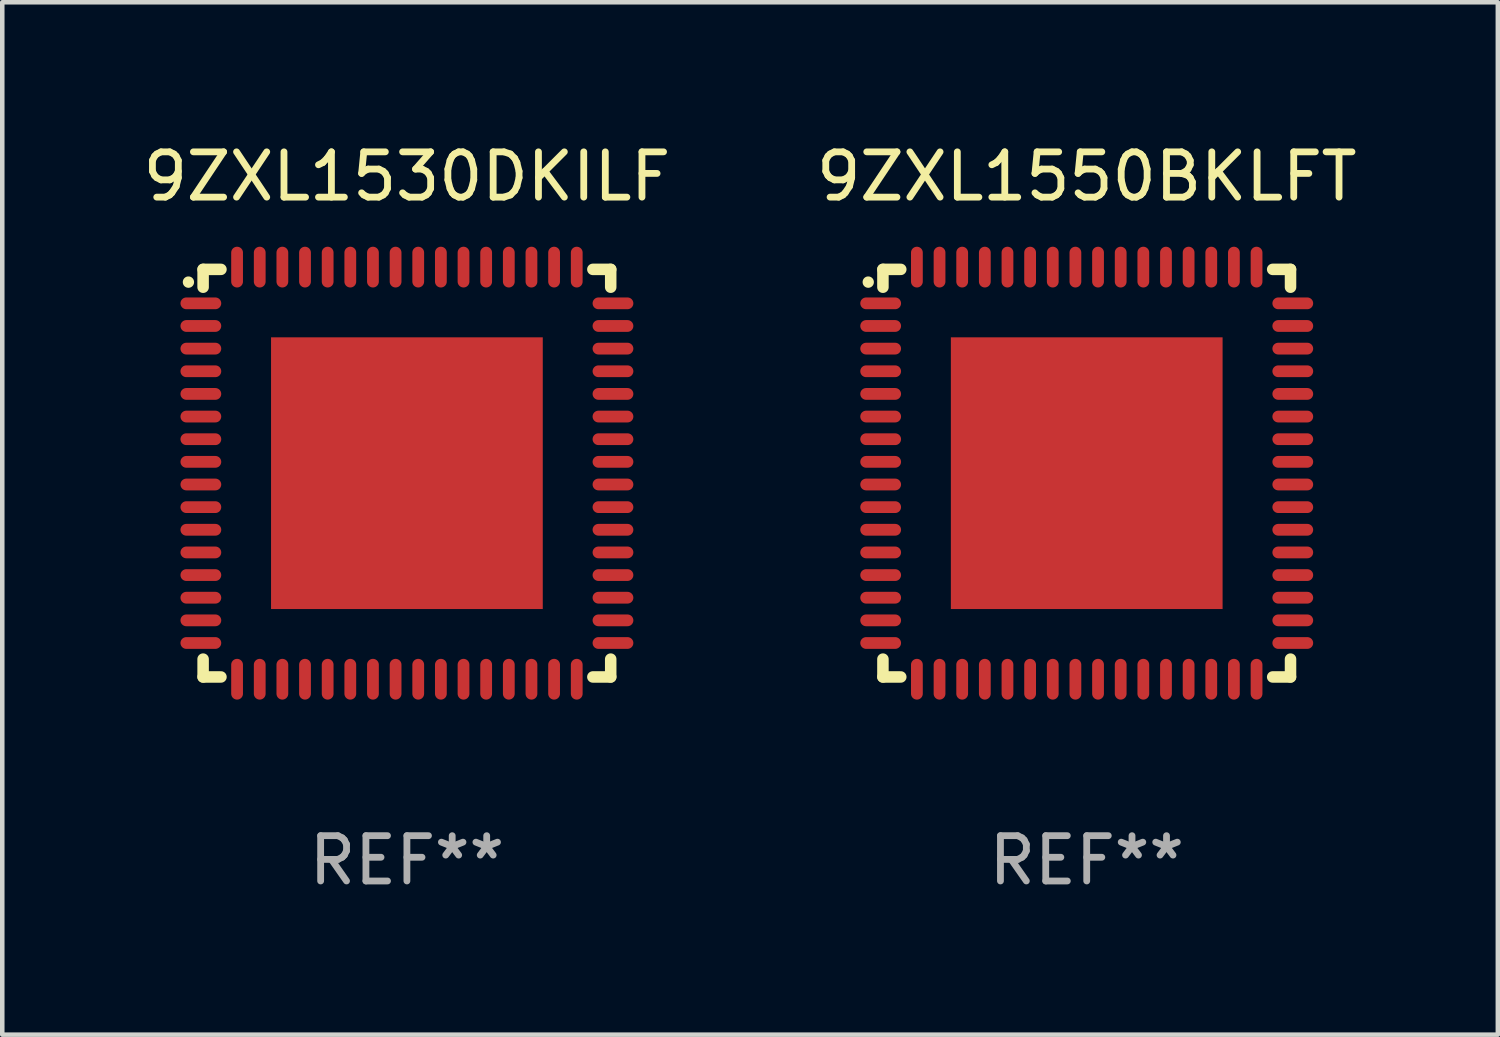
<source format=kicad_pcb>
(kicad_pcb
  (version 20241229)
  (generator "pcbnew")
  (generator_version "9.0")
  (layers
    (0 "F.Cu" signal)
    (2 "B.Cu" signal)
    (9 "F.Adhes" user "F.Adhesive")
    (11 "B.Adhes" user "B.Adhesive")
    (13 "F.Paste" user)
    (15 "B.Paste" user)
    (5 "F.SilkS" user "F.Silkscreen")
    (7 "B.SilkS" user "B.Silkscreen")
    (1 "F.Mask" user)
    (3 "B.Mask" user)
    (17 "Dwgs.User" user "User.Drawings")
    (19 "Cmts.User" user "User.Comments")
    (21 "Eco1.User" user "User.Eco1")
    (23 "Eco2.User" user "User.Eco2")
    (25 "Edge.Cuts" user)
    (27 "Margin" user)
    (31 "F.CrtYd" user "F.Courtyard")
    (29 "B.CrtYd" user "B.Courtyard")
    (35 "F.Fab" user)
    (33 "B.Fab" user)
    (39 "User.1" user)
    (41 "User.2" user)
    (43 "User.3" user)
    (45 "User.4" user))
  (footprint "9ZXL1530DKILF"
    (layer "F.Cu")
    (at 5.935 7.398)
    (property "Reference" "9ZXL1530DKILF" (at 0 -6.55 0) (layer "F.SilkS") (effects (font (size 1 1) (thickness 0.15))))
    (attr through_hole)
    (fp_line (start -4.5 -4.5) (end -4.106 -4.5) (stroke (width 0.254) (type solid)) (layer "F.SilkS"))
    (fp_line (start -4.5 -4.106) (end -4.5 -4.5) (stroke (width 0.254) (type solid)) (layer "F.SilkS"))
    (fp_line (start -4.5 4.5) (end -4.5 4.106) (stroke (width 0.254) (type solid)) (layer "F.SilkS"))
    (fp_line (start -4.106 4.5) (end -4.5 4.5) (stroke (width 0.254) (type solid)) (layer "F.SilkS"))
    (fp_line (start 4.106 -4.5) (end 4.5 -4.5) (stroke (width 0.254) (type solid)) (layer "F.SilkS"))
    (fp_line (start 4.5 -4.5) (end 4.5 -4.106) (stroke (width 0.254) (type solid)) (layer "F.SilkS"))
    (fp_line (start 4.5 4.106) (end 4.5 4.5) (stroke (width 0.254) (type solid)) (layer "F.SilkS"))
    (fp_line (start 4.5 4.5) (end 4.106 4.5) (stroke (width 0.254) (type solid)) (layer "F.SilkS"))
    (fp_arc (start -4.824308 -4.217501) (mid -4.824314 -4.218771) (end -4.824308 -4.220041) (stroke (width 0.24892) (type solid)) (layer "F.SilkS"))
    (fp_text user "REF**" (at 0 8.55 0) (layer "F.Fab") (effects (font (size 1 1) (thickness 0.15))))
    (pad "1" smd oval (at -4.55 -3.75) (size 0.9 0.26) (layers "F.Cu" "F.Mask" "F.Paste"))
    (pad "2" smd oval (at -4.55 -3.25) (size 0.9 0.26) (layers "F.Cu" "F.Mask" "F.Paste"))
    (pad "3" smd oval (at -4.55 -2.75) (size 0.9 0.26) (layers "F.Cu" "F.Mask" "F.Paste"))
    (pad "4" smd oval (at -4.55 -2.25) (size 0.9 0.26) (layers "F.Cu" "F.Mask" "F.Paste"))
    (pad "5" smd oval (at -4.55 -1.75) (size 0.9 0.26) (layers "F.Cu" "F.Mask" "F.Paste"))
    (pad "6" smd oval (at -4.55 -1.25) (size 0.9 0.26) (layers "F.Cu" "F.Mask" "F.Paste"))
    (pad "7" smd oval (at -4.55 -0.75) (size 0.9 0.26) (layers "F.Cu" "F.Mask" "F.Paste"))
    (pad "8" smd oval (at -4.55 -0.25) (size 0.9 0.26) (layers "F.Cu" "F.Mask" "F.Paste"))
    (pad "9" smd oval (at -4.55 0.25) (size 0.9 0.26) (layers "F.Cu" "F.Mask" "F.Paste"))
    (pad "10" smd oval (at -4.55 0.75) (size 0.9 0.26) (layers "F.Cu" "F.Mask" "F.Paste"))
    (pad "11" smd oval (at -4.55 1.25) (size 0.9 0.26) (layers "F.Cu" "F.Mask" "F.Paste"))
    (pad "12" smd oval (at -4.55 1.75) (size 0.9 0.26) (layers "F.Cu" "F.Mask" "F.Paste"))
    (pad "13" smd oval (at -4.55 2.25) (size 0.9 0.26) (layers "F.Cu" "F.Mask" "F.Paste"))
    (pad "14" smd oval (at -4.55 2.75) (size 0.9 0.26) (layers "F.Cu" "F.Mask" "F.Paste"))
    (pad "15" smd oval (at -4.55 3.25) (size 0.9 0.26) (layers "F.Cu" "F.Mask" "F.Paste"))
    (pad "16" smd oval (at -4.55 3.75) (size 0.9 0.26) (layers "F.Cu" "F.Mask" "F.Paste"))
    (pad "17" smd oval (at -3.75 4.55) (size 0.26 0.9) (layers "F.Cu" "F.Mask" "F.Paste"))
    (pad "18" smd oval (at -3.25 4.55) (size 0.26 0.9) (layers "F.Cu" "F.Mask" "F.Paste"))
    (pad "19" smd oval (at -2.75 4.55) (size 0.26 0.9) (layers "F.Cu" "F.Mask" "F.Paste"))
    (pad "20" smd oval (at -2.25 4.55) (size 0.26 0.9) (layers "F.Cu" "F.Mask" "F.Paste"))
    (pad "21" smd oval (at -1.75 4.55) (size 0.26 0.9) (layers "F.Cu" "F.Mask" "F.Paste"))
    (pad "22" smd oval (at -1.25 4.55) (size 0.26 0.9) (layers "F.Cu" "F.Mask" "F.Paste"))
    (pad "23" smd oval (at -0.75 4.55) (size 0.26 0.9) (layers "F.Cu" "F.Mask" "F.Paste"))
    (pad "24" smd oval (at -0.25 4.55) (size 0.26 0.9) (layers "F.Cu" "F.Mask" "F.Paste"))
    (pad "25" smd oval (at 0.25 4.55) (size 0.26 0.9) (layers "F.Cu" "F.Mask" "F.Paste"))
    (pad "26" smd oval (at 0.75 4.55) (size 0.26 0.9) (layers "F.Cu" "F.Mask" "F.Paste"))
    (pad "27" smd oval (at 1.25 4.55) (size 0.26 0.9) (layers "F.Cu" "F.Mask" "F.Paste"))
    (pad "28" smd oval (at 1.75 4.55) (size 0.26 0.9) (layers "F.Cu" "F.Mask" "F.Paste"))
    (pad "29" smd oval (at 2.25 4.55) (size 0.26 0.9) (layers "F.Cu" "F.Mask" "F.Paste"))
    (pad "30" smd oval (at 2.75 4.55) (size 0.26 0.9) (layers "F.Cu" "F.Mask" "F.Paste"))
    (pad "31" smd oval (at 3.25 4.55) (size 0.26 0.9) (layers "F.Cu" "F.Mask" "F.Paste"))
    (pad "32" smd oval (at 3.75 4.55) (size 0.26 0.9) (layers "F.Cu" "F.Mask" "F.Paste"))
    (pad "33" smd oval (at 4.55 3.75) (size 0.9 0.26) (layers "F.Cu" "F.Mask" "F.Paste"))
    (pad "34" smd oval (at 4.55 3.25) (size 0.9 0.26) (layers "F.Cu" "F.Mask" "F.Paste"))
    (pad "35" smd oval (at 4.55 2.75) (size 0.9 0.26) (layers "F.Cu" "F.Mask" "F.Paste"))
    (pad "36" smd oval (at 4.55 2.25) (size 0.9 0.26) (layers "F.Cu" "F.Mask" "F.Paste"))
    (pad "37" smd oval (at 4.55 1.75) (size 0.9 0.26) (layers "F.Cu" "F.Mask" "F.Paste"))
    (pad "38" smd oval (at 4.55 1.25) (size 0.9 0.26) (layers "F.Cu" "F.Mask" "F.Paste"))
    (pad "39" smd oval (at 4.55 0.75) (size 0.9 0.26) (layers "F.Cu" "F.Mask" "F.Paste"))
    (pad "40" smd oval (at 4.55 0.25) (size 0.9 0.26) (layers "F.Cu" "F.Mask" "F.Paste"))
    (pad "41" smd oval (at 4.55 -0.25) (size 0.9 0.26) (layers "F.Cu" "F.Mask" "F.Paste"))
    (pad "42" smd oval (at 4.55 -0.75) (size 0.9 0.26) (layers "F.Cu" "F.Mask" "F.Paste"))
    (pad "43" smd oval (at 4.55 -1.25) (size 0.9 0.26) (layers "F.Cu" "F.Mask" "F.Paste"))
    (pad "44" smd oval (at 4.55 -1.75) (size 0.9 0.26) (layers "F.Cu" "F.Mask" "F.Paste"))
    (pad "45" smd oval (at 4.55 -2.25) (size 0.9 0.26) (layers "F.Cu" "F.Mask" "F.Paste"))
    (pad "46" smd oval (at 4.55 -2.75) (size 0.9 0.26) (layers "F.Cu" "F.Mask" "F.Paste"))
    (pad "47" smd oval (at 4.55 -3.25) (size 0.9 0.26) (layers "F.Cu" "F.Mask" "F.Paste"))
    (pad "48" smd oval (at 4.55 -3.75) (size 0.9 0.26) (layers "F.Cu" "F.Mask" "F.Paste"))
    (pad "49" smd oval (at 3.75 -4.55) (size 0.26 0.9) (layers "F.Cu" "F.Mask" "F.Paste"))
    (pad "50" smd oval (at 3.25 -4.55) (size 0.26 0.9) (layers "F.Cu" "F.Mask" "F.Paste"))
    (pad "51" smd oval (at 2.75 -4.55) (size 0.26 0.9) (layers "F.Cu" "F.Mask" "F.Paste"))
    (pad "52" smd oval (at 2.25 -4.55) (size 0.26 0.9) (layers "F.Cu" "F.Mask" "F.Paste"))
    (pad "53" smd oval (at 1.75 -4.55) (size 0.26 0.9) (layers "F.Cu" "F.Mask" "F.Paste"))
    (pad "54" smd oval (at 1.25 -4.55) (size 0.26 0.9) (layers "F.Cu" "F.Mask" "F.Paste"))
    (pad "55" smd oval (at 0.75 -4.55) (size 0.26 0.9) (layers "F.Cu" "F.Mask" "F.Paste"))
    (pad "56" smd oval (at 0.25 -4.55) (size 0.26 0.9) (layers "F.Cu" "F.Mask" "F.Paste"))
    (pad "57" smd oval (at -0.25 -4.55) (size 0.26 0.9) (layers "F.Cu" "F.Mask" "F.Paste"))
    (pad "58" smd oval (at -0.75 -4.55) (size 0.26 0.9) (layers "F.Cu" "F.Mask" "F.Paste"))
    (pad "59" smd oval (at -1.25 -4.55) (size 0.26 0.9) (layers "F.Cu" "F.Mask" "F.Paste"))
    (pad "60" smd oval (at -1.75 -4.55) (size 0.26 0.9) (layers "F.Cu" "F.Mask" "F.Paste"))
    (pad "61" smd oval (at -2.25 -4.55) (size 0.26 0.9) (layers "F.Cu" "F.Mask" "F.Paste"))
    (pad "62" smd oval (at -2.75 -4.55) (size 0.26 0.9) (layers "F.Cu" "F.Mask" "F.Paste"))
    (pad "63" smd oval (at -3.25 -4.55) (size 0.26 0.9) (layers "F.Cu" "F.Mask" "F.Paste"))
    (pad "64" smd oval (at -3.75 -4.55) (size 0.26 0.9) (layers "F.Cu" "F.Mask" "F.Paste"))
    (pad "65" smd rect (at 0 0.000381) (size 6 6) (layers "F.Cu" "F.Mask" "F.Paste")))
  (footprint "9ZXL1550BKLFT"
    (layer "F.Cu")
    (at 20.946 7.398)
    (property "Reference" "9ZXL1550BKLFT" (at 0 -6.55 0) (layer "F.SilkS") (effects (font (size 1 1) (thickness 0.15))))
    (attr through_hole)
    (fp_line (start -4.5 -4.5) (end -4.106 -4.5) (stroke (width 0.254) (type solid)) (layer "F.SilkS"))
    (fp_line (start -4.5 -4.106) (end -4.5 -4.5) (stroke (width 0.254) (type solid)) (layer "F.SilkS"))
    (fp_line (start -4.5 4.5) (end -4.5 4.106) (stroke (width 0.254) (type solid)) (layer "F.SilkS"))
    (fp_line (start -4.106 4.5) (end -4.5 4.5) (stroke (width 0.254) (type solid)) (layer "F.SilkS"))
    (fp_line (start 4.106 -4.5) (end 4.5 -4.5) (stroke (width 0.254) (type solid)) (layer "F.SilkS"))
    (fp_line (start 4.5 -4.5) (end 4.5 -4.106) (stroke (width 0.254) (type solid)) (layer "F.SilkS"))
    (fp_line (start 4.5 4.106) (end 4.5 4.5) (stroke (width 0.254) (type solid)) (layer "F.SilkS"))
    (fp_line (start 4.5 4.5) (end 4.106 4.5) (stroke (width 0.254) (type solid)) (layer "F.SilkS"))
    (fp_arc (start -4.824308 -4.217501) (mid -4.824314 -4.218771) (end -4.824308 -4.220041) (stroke (width 0.24892) (type solid)) (layer "F.SilkS"))
    (fp_text user "REF**" (at 0 8.55 0) (layer "F.Fab") (effects (font (size 1 1) (thickness 0.15))))
    (pad "1" smd oval (at -4.55 -3.75) (size 0.9 0.26) (layers "F.Cu" "F.Mask" "F.Paste"))
    (pad "2" smd oval (at -4.55 -3.25) (size 0.9 0.26) (layers "F.Cu" "F.Mask" "F.Paste"))
    (pad "3" smd oval (at -4.55 -2.75) (size 0.9 0.26) (layers "F.Cu" "F.Mask" "F.Paste"))
    (pad "4" smd oval (at -4.55 -2.25) (size 0.9 0.26) (layers "F.Cu" "F.Mask" "F.Paste"))
    (pad "5" smd oval (at -4.55 -1.75) (size 0.9 0.26) (layers "F.Cu" "F.Mask" "F.Paste"))
    (pad "6" smd oval (at -4.55 -1.25) (size 0.9 0.26) (layers "F.Cu" "F.Mask" "F.Paste"))
    (pad "7" smd oval (at -4.55 -0.75) (size 0.9 0.26) (layers "F.Cu" "F.Mask" "F.Paste"))
    (pad "8" smd oval (at -4.55 -0.25) (size 0.9 0.26) (layers "F.Cu" "F.Mask" "F.Paste"))
    (pad "9" smd oval (at -4.55 0.25) (size 0.9 0.26) (layers "F.Cu" "F.Mask" "F.Paste"))
    (pad "10" smd oval (at -4.55 0.75) (size 0.9 0.26) (layers "F.Cu" "F.Mask" "F.Paste"))
    (pad "11" smd oval (at -4.55 1.25) (size 0.9 0.26) (layers "F.Cu" "F.Mask" "F.Paste"))
    (pad "12" smd oval (at -4.55 1.75) (size 0.9 0.26) (layers "F.Cu" "F.Mask" "F.Paste"))
    (pad "13" smd oval (at -4.55 2.25) (size 0.9 0.26) (layers "F.Cu" "F.Mask" "F.Paste"))
    (pad "14" smd oval (at -4.55 2.75) (size 0.9 0.26) (layers "F.Cu" "F.Mask" "F.Paste"))
    (pad "15" smd oval (at -4.55 3.25) (size 0.9 0.26) (layers "F.Cu" "F.Mask" "F.Paste"))
    (pad "16" smd oval (at -4.55 3.75) (size 0.9 0.26) (layers "F.Cu" "F.Mask" "F.Paste"))
    (pad "17" smd oval (at -3.75 4.55) (size 0.26 0.9) (layers "F.Cu" "F.Mask" "F.Paste"))
    (pad "18" smd oval (at -3.25 4.55) (size 0.26 0.9) (layers "F.Cu" "F.Mask" "F.Paste"))
    (pad "19" smd oval (at -2.75 4.55) (size 0.26 0.9) (layers "F.Cu" "F.Mask" "F.Paste"))
    (pad "20" smd oval (at -2.25 4.55) (size 0.26 0.9) (layers "F.Cu" "F.Mask" "F.Paste"))
    (pad "21" smd oval (at -1.75 4.55) (size 0.26 0.9) (layers "F.Cu" "F.Mask" "F.Paste"))
    (pad "22" smd oval (at -1.25 4.55) (size 0.26 0.9) (layers "F.Cu" "F.Mask" "F.Paste"))
    (pad "23" smd oval (at -0.75 4.55) (size 0.26 0.9) (layers "F.Cu" "F.Mask" "F.Paste"))
    (pad "24" smd oval (at -0.25 4.55) (size 0.26 0.9) (layers "F.Cu" "F.Mask" "F.Paste"))
    (pad "25" smd oval (at 0.25 4.55) (size 0.26 0.9) (layers "F.Cu" "F.Mask" "F.Paste"))
    (pad "26" smd oval (at 0.75 4.55) (size 0.26 0.9) (layers "F.Cu" "F.Mask" "F.Paste"))
    (pad "27" smd oval (at 1.25 4.55) (size 0.26 0.9) (layers "F.Cu" "F.Mask" "F.Paste"))
    (pad "28" smd oval (at 1.75 4.55) (size 0.26 0.9) (layers "F.Cu" "F.Mask" "F.Paste"))
    (pad "29" smd oval (at 2.25 4.55) (size 0.26 0.9) (layers "F.Cu" "F.Mask" "F.Paste"))
    (pad "30" smd oval (at 2.75 4.55) (size 0.26 0.9) (layers "F.Cu" "F.Mask" "F.Paste"))
    (pad "31" smd oval (at 3.25 4.55) (size 0.26 0.9) (layers "F.Cu" "F.Mask" "F.Paste"))
    (pad "32" smd oval (at 3.75 4.55) (size 0.26 0.9) (layers "F.Cu" "F.Mask" "F.Paste"))
    (pad "33" smd oval (at 4.55 3.75) (size 0.9 0.26) (layers "F.Cu" "F.Mask" "F.Paste"))
    (pad "34" smd oval (at 4.55 3.25) (size 0.9 0.26) (layers "F.Cu" "F.Mask" "F.Paste"))
    (pad "35" smd oval (at 4.55 2.75) (size 0.9 0.26) (layers "F.Cu" "F.Mask" "F.Paste"))
    (pad "36" smd oval (at 4.55 2.25) (size 0.9 0.26) (layers "F.Cu" "F.Mask" "F.Paste"))
    (pad "37" smd oval (at 4.55 1.75) (size 0.9 0.26) (layers "F.Cu" "F.Mask" "F.Paste"))
    (pad "38" smd oval (at 4.55 1.25) (size 0.9 0.26) (layers "F.Cu" "F.Mask" "F.Paste"))
    (pad "39" smd oval (at 4.55 0.75) (size 0.9 0.26) (layers "F.Cu" "F.Mask" "F.Paste"))
    (pad "40" smd oval (at 4.55 0.25) (size 0.9 0.26) (layers "F.Cu" "F.Mask" "F.Paste"))
    (pad "41" smd oval (at 4.55 -0.25) (size 0.9 0.26) (layers "F.Cu" "F.Mask" "F.Paste"))
    (pad "42" smd oval (at 4.55 -0.75) (size 0.9 0.26) (layers "F.Cu" "F.Mask" "F.Paste"))
    (pad "43" smd oval (at 4.55 -1.25) (size 0.9 0.26) (layers "F.Cu" "F.Mask" "F.Paste"))
    (pad "44" smd oval (at 4.55 -1.75) (size 0.9 0.26) (layers "F.Cu" "F.Mask" "F.Paste"))
    (pad "45" smd oval (at 4.55 -2.25) (size 0.9 0.26) (layers "F.Cu" "F.Mask" "F.Paste"))
    (pad "46" smd oval (at 4.55 -2.75) (size 0.9 0.26) (layers "F.Cu" "F.Mask" "F.Paste"))
    (pad "47" smd oval (at 4.55 -3.25) (size 0.9 0.26) (layers "F.Cu" "F.Mask" "F.Paste"))
    (pad "48" smd oval (at 4.55 -3.75) (size 0.9 0.26) (layers "F.Cu" "F.Mask" "F.Paste"))
    (pad "49" smd oval (at 3.75 -4.55) (size 0.26 0.9) (layers "F.Cu" "F.Mask" "F.Paste"))
    (pad "50" smd oval (at 3.25 -4.55) (size 0.26 0.9) (layers "F.Cu" "F.Mask" "F.Paste"))
    (pad "51" smd oval (at 2.75 -4.55) (size 0.26 0.9) (layers "F.Cu" "F.Mask" "F.Paste"))
    (pad "52" smd oval (at 2.25 -4.55) (size 0.26 0.9) (layers "F.Cu" "F.Mask" "F.Paste"))
    (pad "53" smd oval (at 1.75 -4.55) (size 0.26 0.9) (layers "F.Cu" "F.Mask" "F.Paste"))
    (pad "54" smd oval (at 1.25 -4.55) (size 0.26 0.9) (layers "F.Cu" "F.Mask" "F.Paste"))
    (pad "55" smd oval (at 0.75 -4.55) (size 0.26 0.9) (layers "F.Cu" "F.Mask" "F.Paste"))
    (pad "56" smd oval (at 0.25 -4.55) (size 0.26 0.9) (layers "F.Cu" "F.Mask" "F.Paste"))
    (pad "57" smd oval (at -0.25 -4.55) (size 0.26 0.9) (layers "F.Cu" "F.Mask" "F.Paste"))
    (pad "58" smd oval (at -0.75 -4.55) (size 0.26 0.9) (layers "F.Cu" "F.Mask" "F.Paste"))
    (pad "59" smd oval (at -1.25 -4.55) (size 0.26 0.9) (layers "F.Cu" "F.Mask" "F.Paste"))
    (pad "60" smd oval (at -1.75 -4.55) (size 0.26 0.9) (layers "F.Cu" "F.Mask" "F.Paste"))
    (pad "61" smd oval (at -2.25 -4.55) (size 0.26 0.9) (layers "F.Cu" "F.Mask" "F.Paste"))
    (pad "62" smd oval (at -2.75 -4.55) (size 0.26 0.9) (layers "F.Cu" "F.Mask" "F.Paste"))
    (pad "63" smd oval (at -3.25 -4.55) (size 0.26 0.9) (layers "F.Cu" "F.Mask" "F.Paste"))
    (pad "64" smd oval (at -3.75 -4.55) (size 0.26 0.9) (layers "F.Cu" "F.Mask" "F.Paste"))
    (pad "65" smd rect (at 0 0.000381) (size 6 6) (layers "F.Cu" "F.Mask" "F.Paste")))
  (gr_rect
    (start -3 -3)
    (end 30.024 19.797)
    (stroke (width 0.1) (type default))
    (fill no)
    (layer "Edge.Cuts")))
</source>
